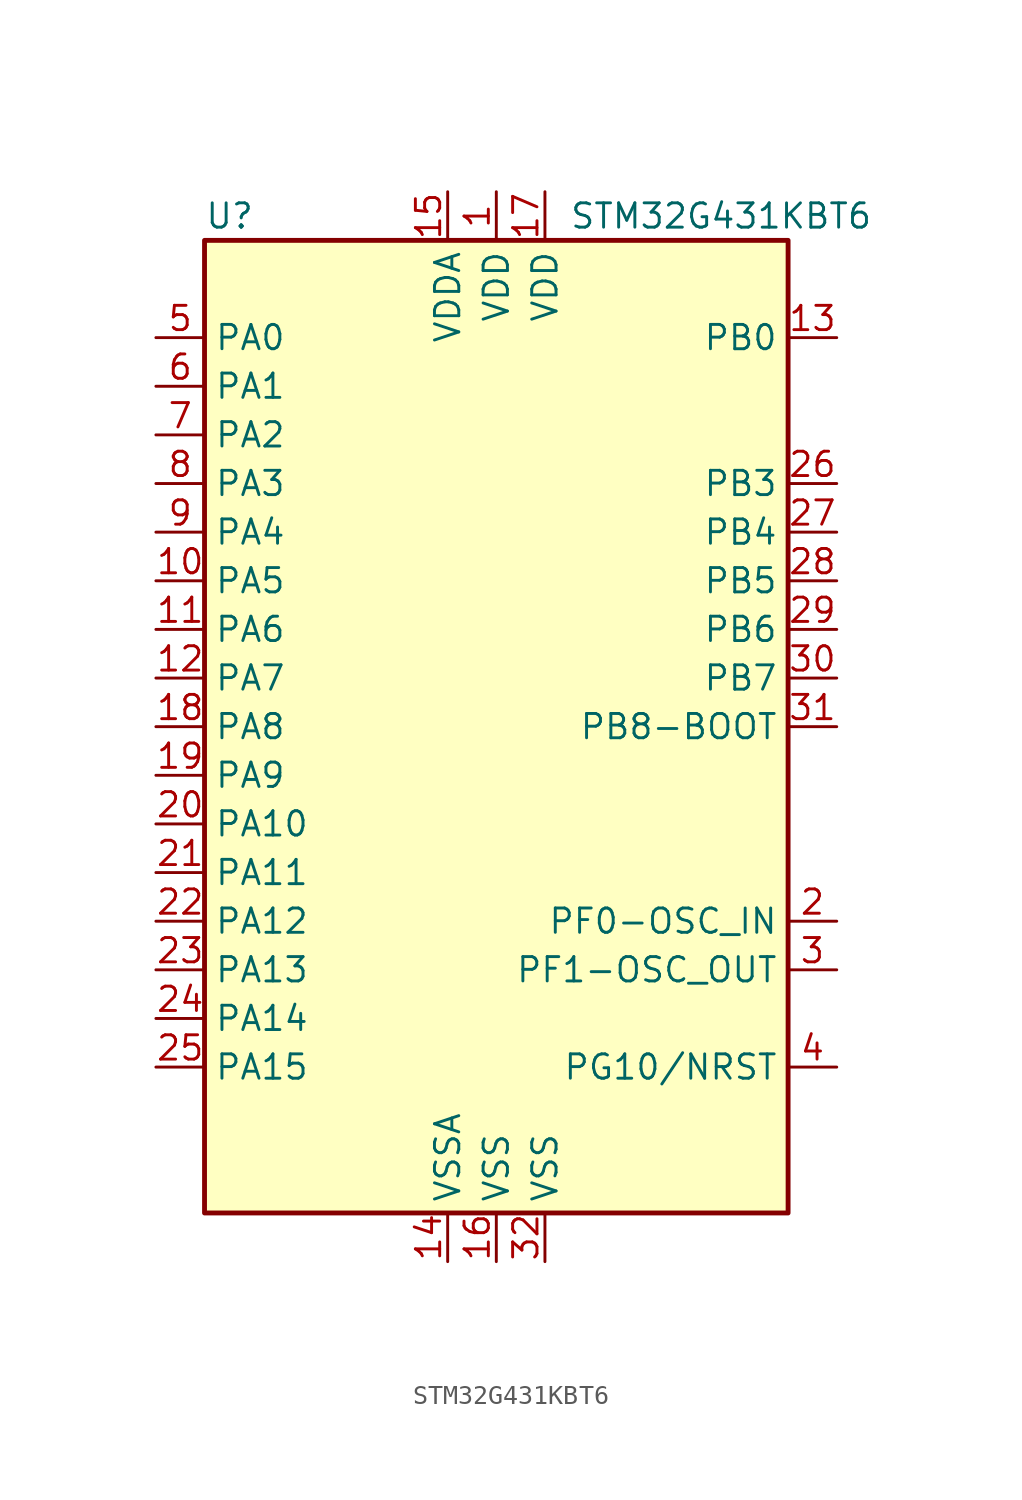
<source format=kicad_sym>
(kicad_symbol_lib
  (version 20211014)
  (generator kicad_symbol_editor)
  (symbol "STM32G431KBT6"
    (property "Reference" "U"
      (at -15.24 26.67 0)
      (effects (font (size 1.27 1.27)) (justify left)))
    (property "Value" "STM32G431KBT6"
      (at 3.81 26.67 0)
      (effects (font (size 1.27 1.27)) (justify left)))
    (symbol "STM32G431KBT6_0_1"
      (rectangle (start -15.24 -25.4) (end 15.24 25.4) (stroke (width 0.254) (type default) (color 0 0 0 0)) (fill (type background))))
    (symbol "STM32G431KBT6_1_1"
      (pin power_in line (at 0 27.94 270) (length 2.54) (name "VDD" (effects (font (size 1.27 1.27)))) (number "1" (effects (font (size 1.27 1.27)))))
      (pin bidirectional line (at -17.78 7.62 0) (length 2.54) (name "PA5" (effects (font (size 1.27 1.27)))) (number "10" (effects (font (size 1.27 1.27)))))
      (pin bidirectional line (at -17.78 5.08 0) (length 2.54) (name "PA6" (effects (font (size 1.27 1.27)))) (number "11" (effects (font (size 1.27 1.27)))))
      (pin bidirectional line (at -17.78 2.54 0) (length 2.54) (name "PA7" (effects (font (size 1.27 1.27)))) (number "12" (effects (font (size 1.27 1.27)))))
      (pin bidirectional line (at 17.78 20.32 180) (length 2.54) (name "PB0" (effects (font (size 1.27 1.27)))) (number "13" (effects (font (size 1.27 1.27)))))
      (pin power_in line (at -2.54 -27.94 90) (length 2.54) (name "VSSA" (effects (font (size 1.27 1.27)))) (number "14" (effects (font (size 1.27 1.27)))))
      (pin power_in line (at -2.54 27.94 270) (length 2.54) (name "VDDA" (effects (font (size 1.27 1.27)))) (number "15" (effects (font (size 1.27 1.27)))))
      (pin power_in line (at 0 -27.94 90) (length 2.54) (name "VSS" (effects (font (size 1.27 1.27)))) (number "16" (effects (font (size 1.27 1.27)))))
      (pin power_in line (at 2.54 27.94 270) (length 2.54) (name "VDD" (effects (font (size 1.27 1.27)))) (number "17" (effects (font (size 1.27 1.27)))))
      (pin bidirectional line (at -17.78 0 0) (length 2.54) (name "PA8" (effects (font (size 1.27 1.27)))) (number "18" (effects (font (size 1.27 1.27)))))
      (pin bidirectional line (at -17.78 -2.54 0) (length 2.54) (name "PA9" (effects (font (size 1.27 1.27)))) (number "19" (effects (font (size 1.27 1.27)))))
      (pin bidirectional line (at 17.78 -10.16 180) (length 2.54) (name "PF0-OSC_IN" (effects (font (size 1.27 1.27)))) (number "2" (effects (font (size 1.27 1.27)))))
      (pin bidirectional line (at -17.78 -5.08 0) (length 2.54) (name "PA10" (effects (font (size 1.27 1.27)))) (number "20" (effects (font (size 1.27 1.27)))))
      (pin bidirectional line (at -17.78 -7.62 0) (length 2.54) (name "PA11" (effects (font (size 1.27 1.27)))) (number "21" (effects (font (size 1.27 1.27)))))
      (pin bidirectional line (at -17.78 -10.16 0) (length 2.54) (name "PA12" (effects (font (size 1.27 1.27)))) (number "22" (effects (font (size 1.27 1.27)))))
      (pin bidirectional line (at -17.78 -12.7 0) (length 2.54) (name "PA13" (effects (font (size 1.27 1.27)))) (number "23" (effects (font (size 1.27 1.27)))))
      (pin bidirectional line (at -17.78 -15.24 0) (length 2.54) (name "PA14" (effects (font (size 1.27 1.27)))) (number "24" (effects (font (size 1.27 1.27)))))
      (pin bidirectional line (at -17.78 -17.78 0) (length 2.54) (name "PA15" (effects (font (size 1.27 1.27)))) (number "25" (effects (font (size 1.27 1.27)))))
      (pin bidirectional line (at 17.78 12.7 180) (length 2.54) (name "PB3" (effects (font (size 1.27 1.27)))) (number "26" (effects (font (size 1.27 1.27)))))
      (pin bidirectional line (at 17.78 10.16 180) (length 2.54) (name "PB4" (effects (font (size 1.27 1.27)))) (number "27" (effects (font (size 1.27 1.27)))))
      (pin bidirectional line (at 17.78 7.62 180) (length 2.54) (name "PB5" (effects (font (size 1.27 1.27)))) (number "28" (effects (font (size 1.27 1.27)))))
      (pin bidirectional line (at 17.78 5.08 180) (length 2.54) (name "PB6" (effects (font (size 1.27 1.27)))) (number "29" (effects (font (size 1.27 1.27)))))
      (pin bidirectional line (at 17.78 -12.7 180) (length 2.54) (name "PF1-OSC_OUT" (effects (font (size 1.27 1.27)))) (number "3" (effects (font (size 1.27 1.27)))))
      (pin bidirectional line (at 17.78 2.54 180) (length 2.54) (name "PB7" (effects (font (size 1.27 1.27)))) (number "30" (effects (font (size 1.27 1.27)))))
      (pin bidirectional line (at 17.78 0 180) (length 2.54) (name "PB8-BOOT" (effects (font (size 1.27 1.27)))) (number "31" (effects (font (size 1.27 1.27)))))
      (pin power_in line (at 2.54 -27.94 90) (length 2.54) (name "VSS" (effects (font (size 1.27 1.27)))) (number "32" (effects (font (size 1.27 1.27)))))
      (pin bidirectional line (at 17.78 -17.78 180) (length 2.54) (name "PG10/NRST" (effects (font (size 1.27 1.27)))) (number "4" (effects (font (size 1.27 1.27)))))
      (pin bidirectional line (at -17.78 20.32 0) (length 2.54) (name "PA0" (effects (font (size 1.27 1.27)))) (number "5" (effects (font (size 1.27 1.27)))))
      (pin bidirectional line (at -17.78 17.78 0) (length 2.54) (name "PA1" (effects (font (size 1.27 1.27)))) (number "6" (effects (font (size 1.27 1.27)))))
      (pin bidirectional line (at -17.78 15.24 0) (length 2.54) (name "PA2" (effects (font (size 1.27 1.27)))) (number "7" (effects (font (size 1.27 1.27)))))
      (pin bidirectional line (at -17.78 12.7 0) (length 2.54) (name "PA3" (effects (font (size 1.27 1.27)))) (number "8" (effects (font (size 1.27 1.27)))))
      (pin bidirectional line (at -17.78 10.16 0) (length 2.54) (name "PA4" (effects (font (size 1.27 1.27)))) (number "9" (effects (font (size 1.27 1.27))))))))
</source>
